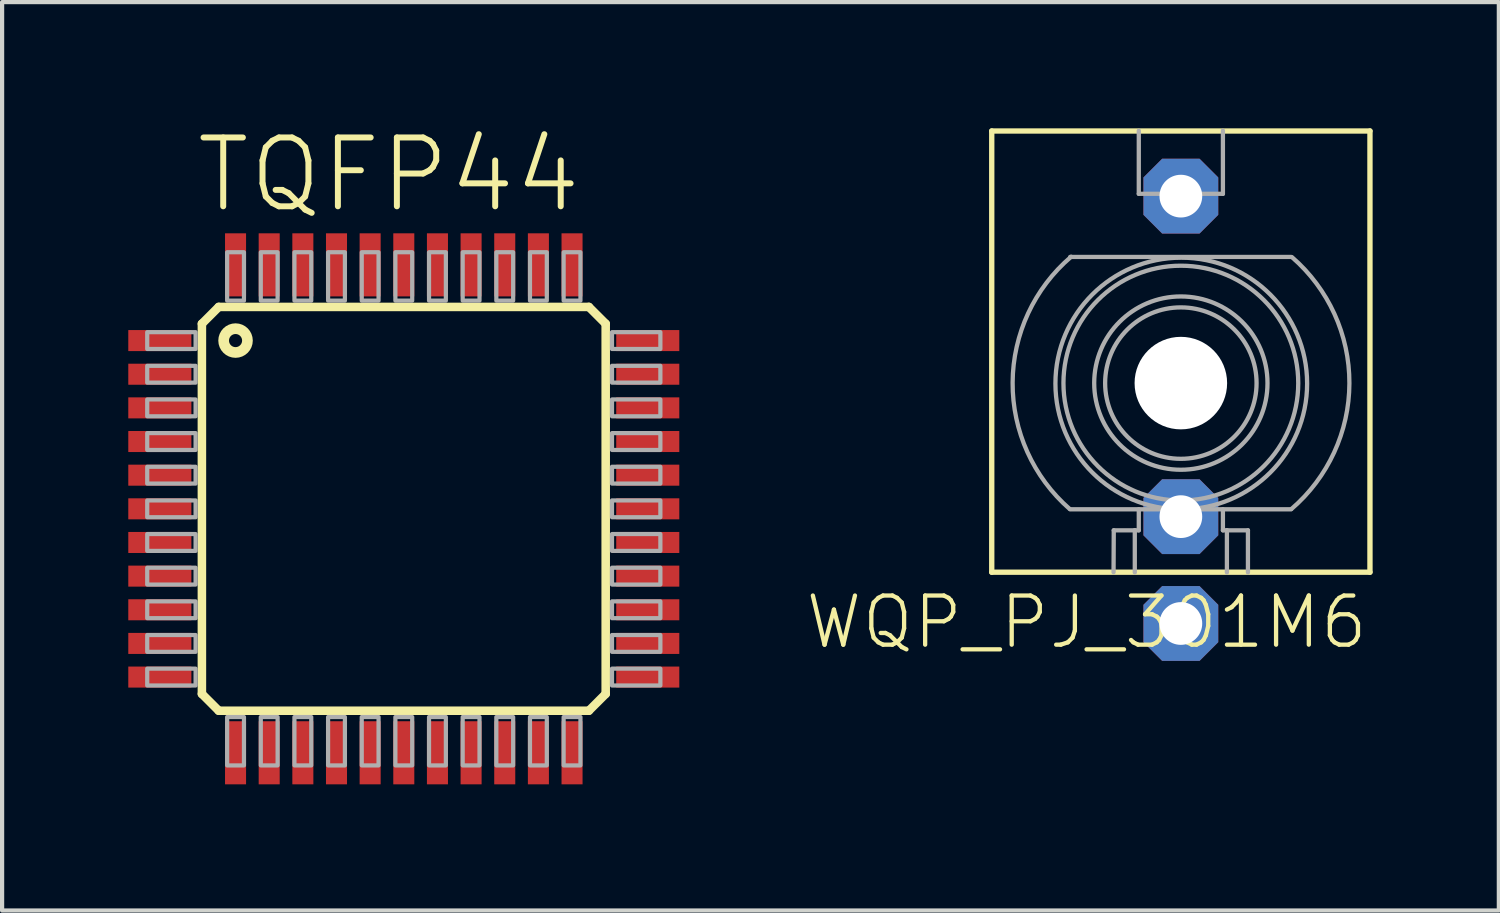
<source format=kicad_pcb>
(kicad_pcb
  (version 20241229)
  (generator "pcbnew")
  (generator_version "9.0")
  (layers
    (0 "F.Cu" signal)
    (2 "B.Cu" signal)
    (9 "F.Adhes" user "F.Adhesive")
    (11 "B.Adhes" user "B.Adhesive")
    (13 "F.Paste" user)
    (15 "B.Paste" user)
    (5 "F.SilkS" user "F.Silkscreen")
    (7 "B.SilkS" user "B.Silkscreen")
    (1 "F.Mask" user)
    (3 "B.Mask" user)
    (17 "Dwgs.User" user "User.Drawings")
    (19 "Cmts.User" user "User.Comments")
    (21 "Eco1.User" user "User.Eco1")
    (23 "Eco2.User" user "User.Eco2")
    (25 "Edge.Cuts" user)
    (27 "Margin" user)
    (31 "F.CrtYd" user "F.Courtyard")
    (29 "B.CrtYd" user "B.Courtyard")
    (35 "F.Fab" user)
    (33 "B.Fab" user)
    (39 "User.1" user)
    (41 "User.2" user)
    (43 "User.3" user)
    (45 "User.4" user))
  (footprint "WQP_PJ_301M6"
    (layer "F.Cu")
    (at 25.024 6.058)
    (property "Reference" "WQP_PJ_301M6" (at 4.5 5 0) (layer "F.SilkS") (effects (font (size 1.168 1.168) (thickness 0.102)) (justify right top)))
    (fp_line (start -4.496 -5.994) (end 4.496 -5.994) (stroke (width 0.127) (type solid)) (layer "F.SilkS"))
    (fp_line (start -4.496 4.496) (end -4.496 -5.994) (stroke (width 0.127) (type solid)) (layer "F.SilkS"))
    (fp_line (start 4.496 -5.994) (end 4.496 4.496) (stroke (width 0.127) (type solid)) (layer "F.SilkS"))
    (fp_line (start 4.496 4.496) (end -4.496 4.496) (stroke (width 0.127) (type solid)) (layer "F.SilkS"))
    (fp_line (start -2.631 -3) (end 2.62 -3) (stroke (width 0.102) (type solid)) (layer "F.Fab"))
    (fp_line (start -2.631 3) (end 2.62 3) (stroke (width 0.102) (type solid)) (layer "F.Fab"))
    (fp_line (start -1.6 4.496) (end -1.595 3.5) (stroke (width 0.102) (type solid)) (layer "F.Fab"))
    (fp_line (start -1.595 3.5) (end -1.095 3.5) (stroke (width 0.102) (type solid)) (layer "F.Fab"))
    (fp_line (start -1.095 3.5) (end -1.095 4.5) (stroke (width 0.102) (type solid)) (layer "F.Fab"))
    (fp_line (start -1.095 3.5) (end -1 3.5) (stroke (width 0.102) (type solid)) (layer "F.Fab"))
    (fp_line (start -1 -4.5) (end -1 -6) (stroke (width 0.102) (type solid)) (layer "F.Fab"))
    (fp_line (start -1 0) (end 1 0) (stroke (width 0.102) (type solid)) (layer "F.Fab"))
    (fp_line (start -1 3.5) (end -1 3) (stroke (width 0.102) (type solid)) (layer "F.Fab"))
    (fp_line (start 0 -1) (end 0 1) (stroke (width 0.102) (type solid)) (layer "F.Fab"))
    (fp_line (start 1 -6) (end 1 -4.5) (stroke (width 0.102) (type solid)) (layer "F.Fab"))
    (fp_line (start 1 -4.5) (end -1 -4.5) (stroke (width 0.102) (type solid)) (layer "F.Fab"))
    (fp_line (start 1 3) (end 1 3.5) (stroke (width 0.102) (type solid)) (layer "F.Fab"))
    (fp_line (start 1 3.5) (end 1.095 3.5) (stroke (width 0.102) (type solid)) (layer "F.Fab"))
    (fp_line (start 1.095 3.5) (end 1.095 4.5) (stroke (width 0.102) (type solid)) (layer "F.Fab"))
    (fp_line (start 1.095 3.5) (end 1.595 3.5) (stroke (width 0.102) (type solid)) (layer "F.Fab"))
    (fp_line (start 1.595 3.5) (end 1.595 4.5) (stroke (width 0.102) (type solid)) (layer "F.Fab"))
    (fp_arc (start -2.641998 2.994) (mid -3.999529 -0.012791) (end -2.608 -3.004) (stroke (width 0.1016) (type solid)) (layer "F.Fab"))
    (fp_arc (start 2.642 -2.994) (mid 4.007235 0.003208) (end 2.628 2.994) (stroke (width 0.1016) (type solid)) (layer "F.Fab"))
    (fp_circle (center 0 0) (end 1.8 0) (stroke (width 0.102) (type solid)) (fill no) (layer "F.Fab"))
    (fp_circle (center 0 0) (end 2.06 0) (stroke (width 0.102) (type solid)) (fill no) (layer "F.Fab"))
    (fp_circle (center 0 0) (end 2.791 0) (stroke (width 0.102) (type solid)) (fill no) (layer "F.Fab"))
    (fp_circle (center 0.01 0.01) (end 3.002 0.01) (stroke (width 0.102) (type solid)) (fill no) (layer "F.Fab"))
    (pad "" np_thru_hole circle (at 0 0) (size 2.2 2.2) (drill 2.2) (layers "*.Cu" "*.Mask"))
    (pad "P1" thru_hole roundrect (at 0 5.715) (size 1.778 1.778) (drill 1.016) (layers "*.Cu" "*.Mask") (roundrect_rratio 0.25) (chamfer_ratio 0.25) (chamfer top_left top_right bottom_left bottom_right))
    (pad "P2" thru_hole roundrect (at 0 3.175) (size 1.778 1.778) (drill 1.016) (layers "*.Cu" "*.Mask") (roundrect_rratio 0.25) (chamfer_ratio 0.25) (chamfer top_left top_right bottom_left bottom_right))
    (pad "P3" thru_hole roundrect (at 0 -4.445) (size 1.778 1.778) (drill 1.016) (layers "*.Cu" "*.Mask") (roundrect_rratio 0.25) (chamfer_ratio 0.25) (chamfer top_left top_right bottom_left bottom_right)))
  (footprint "TQFP44"
    (layer "F.Cu")
    (at 6.55 9.047)
    (property "Reference" "TQFP44" (at -5.01 -6.985 0) (layer "F.SilkS") (effects (font (size 1.636 1.636) (thickness 0.142)) (justify left bottom)))
    (fp_line (start -4.8 -4.4) (end -4.4 -4.8) (stroke (width 0.203) (type solid)) (layer "F.SilkS"))
    (fp_line (start -4.8 4.4) (end -4.8 -4.4) (stroke (width 0.203) (type solid)) (layer "F.SilkS"))
    (fp_line (start -4.4 -4.8) (end 4.4 -4.8) (stroke (width 0.203) (type solid)) (layer "F.SilkS"))
    (fp_line (start -4.4 4.8) (end -4.8 4.4) (stroke (width 0.203) (type solid)) (layer "F.SilkS"))
    (fp_line (start 4.4 -4.8) (end 4.8 -4.4) (stroke (width 0.203) (type solid)) (layer "F.SilkS"))
    (fp_line (start 4.4 4.8) (end -4.4 4.8) (stroke (width 0.203) (type solid)) (layer "F.SilkS"))
    (fp_line (start 4.8 -4.4) (end 4.8 4.4) (stroke (width 0.203) (type solid)) (layer "F.SilkS"))
    (fp_line (start 4.8 4.4) (end 4.4 4.8) (stroke (width 0.203) (type solid)) (layer "F.SilkS"))
    (fp_circle (center -4 -4) (end -3.717 -4) (stroke (width 0.254) (type solid)) (fill no) (layer "F.SilkS"))
    (fp_poly (pts (xy -6.1 -3.8) (xy -4.95 -3.8) (xy -4.95 -4.2) (xy -6.1 -4.2)) (stroke (width 0.1) (type solid)) (fill no) (layer "F.Fab"))
    (fp_poly (pts (xy -6.1 -3) (xy -4.95 -3) (xy -4.95 -3.4) (xy -6.1 -3.4)) (stroke (width 0.1) (type solid)) (fill no) (layer "F.Fab"))
    (fp_poly (pts (xy -6.1 -2.2) (xy -4.95 -2.2) (xy -4.95 -2.6) (xy -6.1 -2.6)) (stroke (width 0.1) (type solid)) (fill no) (layer "F.Fab"))
    (fp_poly (pts (xy -6.1 -1.4) (xy -4.95 -1.4) (xy -4.95 -1.8) (xy -6.1 -1.8)) (stroke (width 0.1) (type solid)) (fill no) (layer "F.Fab"))
    (fp_poly (pts (xy -6.1 -0.6) (xy -4.95 -0.6) (xy -4.95 -1) (xy -6.1 -1)) (stroke (width 0.1) (type solid)) (fill no) (layer "F.Fab"))
    (fp_poly (pts (xy -6.1 0.2) (xy -4.95 0.2) (xy -4.95 -0.2) (xy -6.1 -0.2)) (stroke (width 0.1) (type solid)) (fill no) (layer "F.Fab"))
    (fp_poly (pts (xy -6.1 1) (xy -4.95 1) (xy -4.95 0.6) (xy -6.1 0.6)) (stroke (width 0.1) (type solid)) (fill no) (layer "F.Fab"))
    (fp_poly (pts (xy -6.1 1.8) (xy -4.95 1.8) (xy -4.95 1.4) (xy -6.1 1.4)) (stroke (width 0.1) (type solid)) (fill no) (layer "F.Fab"))
    (fp_poly (pts (xy -6.1 2.6) (xy -4.95 2.6) (xy -4.95 2.2) (xy -6.1 2.2)) (stroke (width 0.1) (type solid)) (fill no) (layer "F.Fab"))
    (fp_poly (pts (xy -6.1 3.4) (xy -4.95 3.4) (xy -4.95 3) (xy -6.1 3)) (stroke (width 0.1) (type solid)) (fill no) (layer "F.Fab"))
    (fp_poly (pts (xy -6.1 4.2) (xy -4.95 4.2) (xy -4.95 3.8) (xy -6.1 3.8)) (stroke (width 0.1) (type solid)) (fill no) (layer "F.Fab"))
    (fp_poly (pts (xy -4.2 -4.95) (xy -3.8 -4.95) (xy -3.8 -6.1) (xy -4.2 -6.1)) (stroke (width 0.1) (type solid)) (fill no) (layer "F.Fab"))
    (fp_poly (pts (xy -4.2 6.1) (xy -3.8 6.1) (xy -3.8 4.95) (xy -4.2 4.95)) (stroke (width 0.1) (type solid)) (fill no) (layer "F.Fab"))
    (fp_poly (pts (xy -3.4 -4.95) (xy -3 -4.95) (xy -3 -6.1) (xy -3.4 -6.1)) (stroke (width 0.1) (type solid)) (fill no) (layer "F.Fab"))
    (fp_poly (pts (xy -3.4 6.1) (xy -3 6.1) (xy -3 4.95) (xy -3.4 4.95)) (stroke (width 0.1) (type solid)) (fill no) (layer "F.Fab"))
    (fp_poly (pts (xy -2.6 -4.95) (xy -2.2 -4.95) (xy -2.2 -6.1) (xy -2.6 -6.1)) (stroke (width 0.1) (type solid)) (fill no) (layer "F.Fab"))
    (fp_poly (pts (xy -2.6 6.1) (xy -2.2 6.1) (xy -2.2 4.95) (xy -2.6 4.95)) (stroke (width 0.1) (type solid)) (fill no) (layer "F.Fab"))
    (fp_poly (pts (xy -1.8 -4.95) (xy -1.4 -4.95) (xy -1.4 -6.1) (xy -1.8 -6.1)) (stroke (width 0.1) (type solid)) (fill no) (layer "F.Fab"))
    (fp_poly (pts (xy -1.8 6.1) (xy -1.4 6.1) (xy -1.4 4.95) (xy -1.8 4.95)) (stroke (width 0.1) (type solid)) (fill no) (layer "F.Fab"))
    (fp_poly (pts (xy -1 -4.95) (xy -0.6 -4.95) (xy -0.6 -6.1) (xy -1 -6.1)) (stroke (width 0.1) (type solid)) (fill no) (layer "F.Fab"))
    (fp_poly (pts (xy -1 6.1) (xy -0.6 6.1) (xy -0.6 4.95) (xy -1 4.95)) (stroke (width 0.1) (type solid)) (fill no) (layer "F.Fab"))
    (fp_poly (pts (xy -0.2 -4.95) (xy 0.2 -4.95) (xy 0.2 -6.1) (xy -0.2 -6.1)) (stroke (width 0.1) (type solid)) (fill no) (layer "F.Fab"))
    (fp_poly (pts (xy -0.2 6.1) (xy 0.2 6.1) (xy 0.2 4.95) (xy -0.2 4.95)) (stroke (width 0.1) (type solid)) (fill no) (layer "F.Fab"))
    (fp_poly (pts (xy 0.6 -4.95) (xy 1 -4.95) (xy 1 -6.1) (xy 0.6 -6.1)) (stroke (width 0.1) (type solid)) (fill no) (layer "F.Fab"))
    (fp_poly (pts (xy 0.6 6.1) (xy 1 6.1) (xy 1 4.95) (xy 0.6 4.95)) (stroke (width 0.1) (type solid)) (fill no) (layer "F.Fab"))
    (fp_poly (pts (xy 1.4 -4.95) (xy 1.8 -4.95) (xy 1.8 -6.1) (xy 1.4 -6.1)) (stroke (width 0.1) (type solid)) (fill no) (layer "F.Fab"))
    (fp_poly (pts (xy 1.4 6.1) (xy 1.8 6.1) (xy 1.8 4.95) (xy 1.4 4.95)) (stroke (width 0.1) (type solid)) (fill no) (layer "F.Fab"))
    (fp_poly (pts (xy 2.2 -4.95) (xy 2.6 -4.95) (xy 2.6 -6.1) (xy 2.2 -6.1)) (stroke (width 0.1) (type solid)) (fill no) (layer "F.Fab"))
    (fp_poly (pts (xy 2.2 6.1) (xy 2.6 6.1) (xy 2.6 4.95) (xy 2.2 4.95)) (stroke (width 0.1) (type solid)) (fill no) (layer "F.Fab"))
    (fp_poly (pts (xy 3 -4.95) (xy 3.4 -4.95) (xy 3.4 -6.1) (xy 3 -6.1)) (stroke (width 0.1) (type solid)) (fill no) (layer "F.Fab"))
    (fp_poly (pts (xy 3 6.1) (xy 3.4 6.1) (xy 3.4 4.95) (xy 3 4.95)) (stroke (width 0.1) (type solid)) (fill no) (layer "F.Fab"))
    (fp_poly (pts (xy 3.8 -4.95) (xy 4.2 -4.95) (xy 4.2 -6.1) (xy 3.8 -6.1)) (stroke (width 0.1) (type solid)) (fill no) (layer "F.Fab"))
    (fp_poly (pts (xy 3.8 6.1) (xy 4.2 6.1) (xy 4.2 4.95) (xy 3.8 4.95)) (stroke (width 0.1) (type solid)) (fill no) (layer "F.Fab"))
    (fp_poly (pts (xy 4.95 -3.8) (xy 6.1 -3.8) (xy 6.1 -4.2) (xy 4.95 -4.2)) (stroke (width 0.1) (type solid)) (fill no) (layer "F.Fab"))
    (fp_poly (pts (xy 4.95 -3) (xy 6.1 -3) (xy 6.1 -3.4) (xy 4.95 -3.4)) (stroke (width 0.1) (type solid)) (fill no) (layer "F.Fab"))
    (fp_poly (pts (xy 4.95 -2.2) (xy 6.1 -2.2) (xy 6.1 -2.6) (xy 4.95 -2.6)) (stroke (width 0.1) (type solid)) (fill no) (layer "F.Fab"))
    (fp_poly (pts (xy 4.95 -1.4) (xy 6.1 -1.4) (xy 6.1 -1.8) (xy 4.95 -1.8)) (stroke (width 0.1) (type solid)) (fill no) (layer "F.Fab"))
    (fp_poly (pts (xy 4.95 -0.6) (xy 6.1 -0.6) (xy 6.1 -1) (xy 4.95 -1)) (stroke (width 0.1) (type solid)) (fill no) (layer "F.Fab"))
    (fp_poly (pts (xy 4.95 0.2) (xy 6.1 0.2) (xy 6.1 -0.2) (xy 4.95 -0.2)) (stroke (width 0.1) (type solid)) (fill no) (layer "F.Fab"))
    (fp_poly (pts (xy 4.95 1) (xy 6.1 1) (xy 6.1 0.6) (xy 4.95 0.6)) (stroke (width 0.1) (type solid)) (fill no) (layer "F.Fab"))
    (fp_poly (pts (xy 4.95 1.8) (xy 6.1 1.8) (xy 6.1 1.4) (xy 4.95 1.4)) (stroke (width 0.1) (type solid)) (fill no) (layer "F.Fab"))
    (fp_poly (pts (xy 4.95 2.6) (xy 6.1 2.6) (xy 6.1 2.2) (xy 4.95 2.2)) (stroke (width 0.1) (type solid)) (fill no) (layer "F.Fab"))
    (fp_poly (pts (xy 4.95 3.4) (xy 6.1 3.4) (xy 6.1 3) (xy 4.95 3)) (stroke (width 0.1) (type solid)) (fill no) (layer "F.Fab"))
    (fp_poly (pts (xy 4.95 4.2) (xy 6.1 4.2) (xy 6.1 3.8) (xy 4.95 3.8)) (stroke (width 0.1) (type solid)) (fill no) (layer "F.Fab"))
    (pad "1" smd rect (at -5.8 -4) (size 1.5 0.5) (layers "F.Cu" "F.Mask" "F.Paste"))
    (pad "2" smd rect (at -5.8 -3.2) (size 1.5 0.5) (layers "F.Cu" "F.Mask" "F.Paste"))
    (pad "3" smd rect (at -5.8 -2.4) (size 1.5 0.5) (layers "F.Cu" "F.Mask" "F.Paste"))
    (pad "4" smd rect (at -5.8 -1.6) (size 1.5 0.5) (layers "F.Cu" "F.Mask" "F.Paste"))
    (pad "5" smd rect (at -5.8 -0.8) (size 1.5 0.5) (layers "F.Cu" "F.Mask" "F.Paste"))
    (pad "6" smd rect (at -5.8 0) (size 1.5 0.5) (layers "F.Cu" "F.Mask" "F.Paste"))
    (pad "7" smd rect (at -5.8 0.8) (size 1.5 0.5) (layers "F.Cu" "F.Mask" "F.Paste"))
    (pad "8" smd rect (at -5.8 1.6) (size 1.5 0.5) (layers "F.Cu" "F.Mask" "F.Paste"))
    (pad "9" smd rect (at -5.8 2.4) (size 1.5 0.5) (layers "F.Cu" "F.Mask" "F.Paste"))
    (pad "10" smd rect (at -5.8 3.2) (size 1.5 0.5) (layers "F.Cu" "F.Mask" "F.Paste"))
    (pad "11" smd rect (at -5.8 4) (size 1.5 0.5) (layers "F.Cu" "F.Mask" "F.Paste"))
    (pad "12" smd rect (at -4 5.8) (size 0.5 1.5) (layers "F.Cu" "F.Mask" "F.Paste"))
    (pad "13" smd rect (at -3.2 5.8) (size 0.5 1.5) (layers "F.Cu" "F.Mask" "F.Paste"))
    (pad "14" smd rect (at -2.4 5.8) (size 0.5 1.5) (layers "F.Cu" "F.Mask" "F.Paste"))
    (pad "15" smd rect (at -1.6 5.8) (size 0.5 1.5) (layers "F.Cu" "F.Mask" "F.Paste"))
    (pad "16" smd rect (at -0.8 5.8) (size 0.5 1.5) (layers "F.Cu" "F.Mask" "F.Paste"))
    (pad "17" smd rect (at 0 5.8) (size 0.5 1.5) (layers "F.Cu" "F.Mask" "F.Paste"))
    (pad "18" smd rect (at 0.8 5.8) (size 0.5 1.5) (layers "F.Cu" "F.Mask" "F.Paste"))
    (pad "19" smd rect (at 1.6 5.8) (size 0.5 1.5) (layers "F.Cu" "F.Mask" "F.Paste"))
    (pad "20" smd rect (at 2.4 5.8) (size 0.5 1.5) (layers "F.Cu" "F.Mask" "F.Paste"))
    (pad "21" smd rect (at 3.2 5.8) (size 0.5 1.5) (layers "F.Cu" "F.Mask" "F.Paste"))
    (pad "22" smd rect (at 4 5.8) (size 0.5 1.5) (layers "F.Cu" "F.Mask" "F.Paste"))
    (pad "23" smd rect (at 5.8 4) (size 1.5 0.5) (layers "F.Cu" "F.Mask" "F.Paste"))
    (pad "24" smd rect (at 5.8 3.2) (size 1.5 0.5) (layers "F.Cu" "F.Mask" "F.Paste"))
    (pad "25" smd rect (at 5.8 2.4) (size 1.5 0.5) (layers "F.Cu" "F.Mask" "F.Paste"))
    (pad "26" smd rect (at 5.8 1.6) (size 1.5 0.5) (layers "F.Cu" "F.Mask" "F.Paste"))
    (pad "27" smd rect (at 5.8 0.8) (size 1.5 0.5) (layers "F.Cu" "F.Mask" "F.Paste"))
    (pad "28" smd rect (at 5.8 0) (size 1.5 0.5) (layers "F.Cu" "F.Mask" "F.Paste"))
    (pad "29" smd rect (at 5.8 -0.8) (size 1.5 0.5) (layers "F.Cu" "F.Mask" "F.Paste"))
    (pad "30" smd rect (at 5.8 -1.6) (size 1.5 0.5) (layers "F.Cu" "F.Mask" "F.Paste"))
    (pad "31" smd rect (at 5.8 -2.4) (size 1.5 0.5) (layers "F.Cu" "F.Mask" "F.Paste"))
    (pad "32" smd rect (at 5.8 -3.2) (size 1.5 0.5) (layers "F.Cu" "F.Mask" "F.Paste"))
    (pad "33" smd rect (at 5.8 -4) (size 1.5 0.5) (layers "F.Cu" "F.Mask" "F.Paste"))
    (pad "34" smd rect (at 4 -5.8) (size 0.5 1.5) (layers "F.Cu" "F.Mask" "F.Paste"))
    (pad "35" smd rect (at 3.2 -5.8) (size 0.5 1.5) (layers "F.Cu" "F.Mask" "F.Paste"))
    (pad "36" smd rect (at 2.4 -5.8) (size 0.5 1.5) (layers "F.Cu" "F.Mask" "F.Paste"))
    (pad "37" smd rect (at 1.6 -5.8) (size 0.5 1.5) (layers "F.Cu" "F.Mask" "F.Paste"))
    (pad "38" smd rect (at 0.8 -5.8) (size 0.5 1.5) (layers "F.Cu" "F.Mask" "F.Paste"))
    (pad "39" smd rect (at 0 -5.8) (size 0.5 1.5) (layers "F.Cu" "F.Mask" "F.Paste"))
    (pad "40" smd rect (at -0.8 -5.8) (size 0.5 1.5) (layers "F.Cu" "F.Mask" "F.Paste"))
    (pad "41" smd rect (at -1.6 -5.8) (size 0.5 1.5) (layers "F.Cu" "F.Mask" "F.Paste"))
    (pad "42" smd rect (at -2.4 -5.8) (size 0.5 1.5) (layers "F.Cu" "F.Mask" "F.Paste"))
    (pad "43" smd rect (at -3.2 -5.8) (size 0.5 1.5) (layers "F.Cu" "F.Mask" "F.Paste"))
    (pad "44" smd rect (at -4 -5.8) (size 0.5 1.5) (layers "F.Cu" "F.Mask" "F.Paste")))
  (gr_rect
    (start -3 -3)
    (end 32.584 18.597)
    (stroke (width 0.1) (type default))
    (fill no)
    (layer "Edge.Cuts")))
</source>
